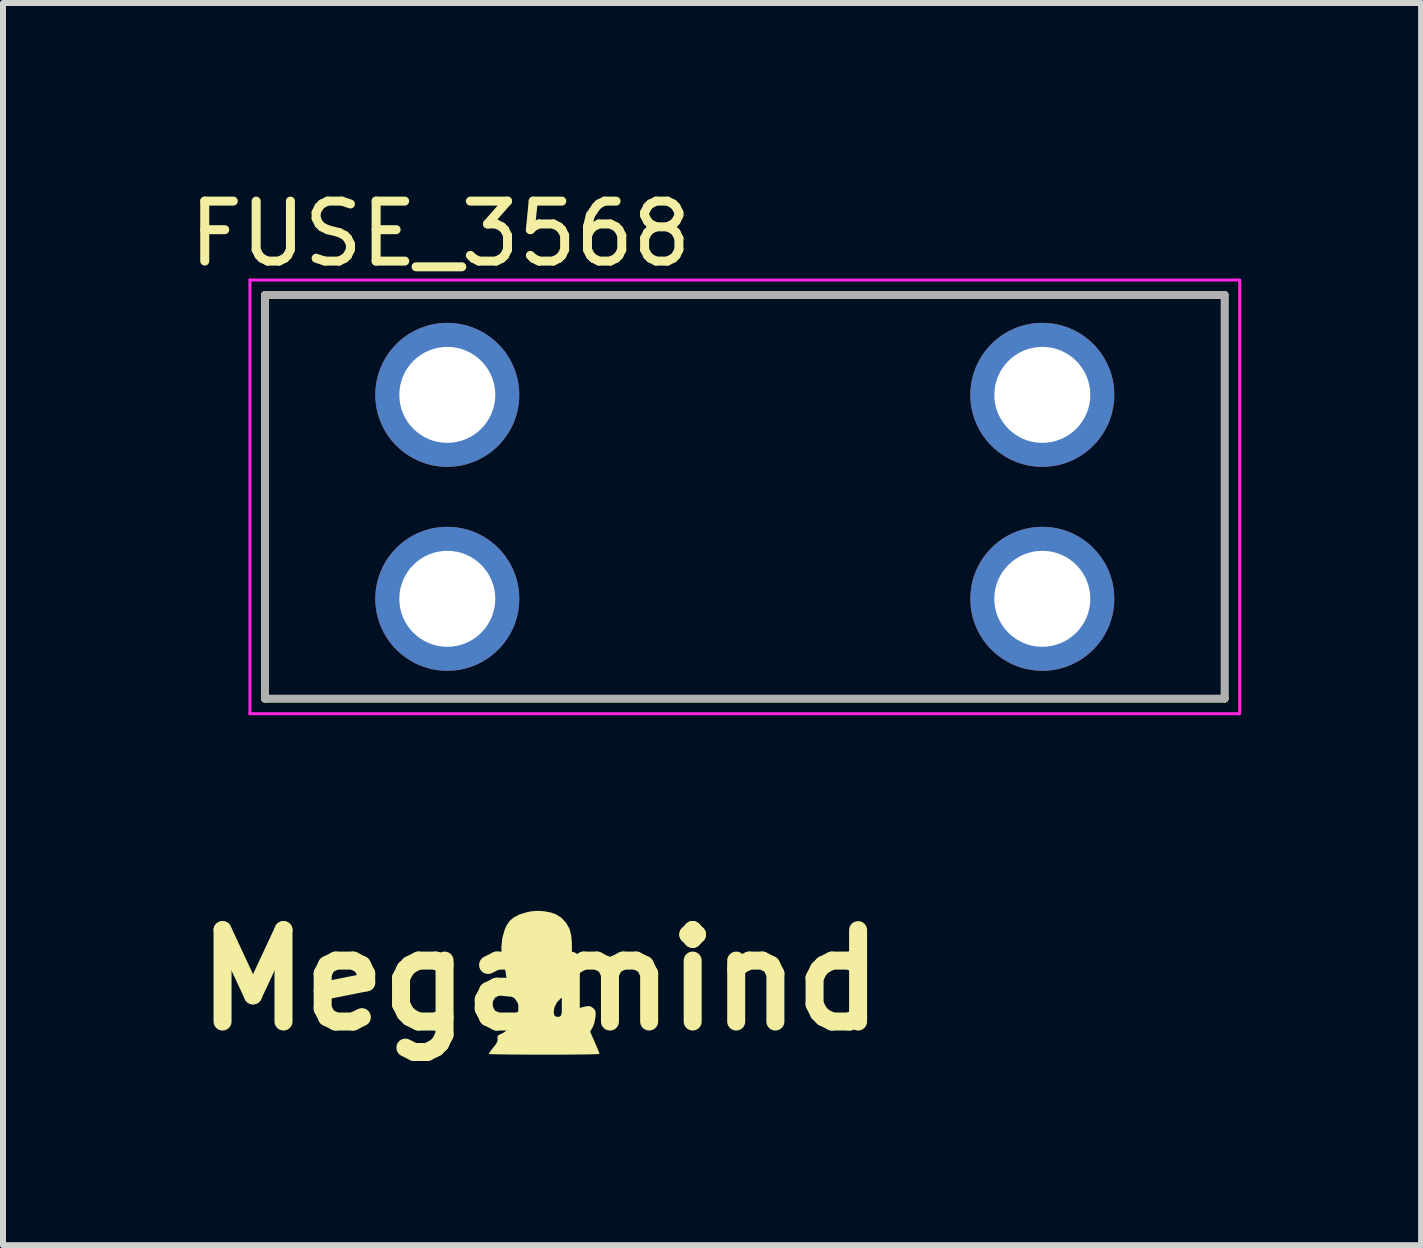
<source format=kicad_pcb>
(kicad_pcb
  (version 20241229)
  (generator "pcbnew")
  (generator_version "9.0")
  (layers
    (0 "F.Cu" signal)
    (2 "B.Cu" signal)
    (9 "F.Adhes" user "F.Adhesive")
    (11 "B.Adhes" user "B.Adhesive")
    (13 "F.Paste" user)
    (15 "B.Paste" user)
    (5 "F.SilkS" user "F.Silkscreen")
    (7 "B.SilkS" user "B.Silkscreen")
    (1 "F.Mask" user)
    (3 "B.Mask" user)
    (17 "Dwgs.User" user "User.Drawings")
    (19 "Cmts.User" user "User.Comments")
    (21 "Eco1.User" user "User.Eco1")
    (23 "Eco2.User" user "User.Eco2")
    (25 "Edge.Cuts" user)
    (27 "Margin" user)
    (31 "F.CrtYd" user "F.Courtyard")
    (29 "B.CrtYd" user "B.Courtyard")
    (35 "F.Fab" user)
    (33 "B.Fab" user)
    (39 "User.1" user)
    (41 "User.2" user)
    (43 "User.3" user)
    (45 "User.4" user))
  (footprint "FUSE_3568"
    (layer "F.Cu")
    (at 9.367 5.233)
    (property "Reference" "FUSE_3568" (at -5.075 -4.385 0) (layer "F.SilkS") (effects (font (size 1 1) (thickness 0.15))))
    (attr through_hole)
    (fp_line (start -8 -3.365) (end 8 -3.365) (stroke (width 0.127) (type solid)) (layer "F.SilkS"))
    (fp_line (start -8 3.365) (end -8 -3.365) (stroke (width 0.127) (type solid)) (layer "F.SilkS"))
    (fp_line (start 8 -3.365) (end 8 3.365) (stroke (width 0.127) (type solid)) (layer "F.SilkS"))
    (fp_line (start 8 3.365) (end -8 3.365) (stroke (width 0.127) (type solid)) (layer "F.SilkS"))
    (fp_line (start -8.25 -3.615) (end 8.25 -3.615) (stroke (width 0.05) (type solid)) (layer "F.CrtYd"))
    (fp_line (start -8.25 3.615) (end -8.25 -3.615) (stroke (width 0.05) (type solid)) (layer "F.CrtYd"))
    (fp_line (start 8.25 -3.615) (end 8.25 3.615) (stroke (width 0.05) (type solid)) (layer "F.CrtYd"))
    (fp_line (start 8.25 3.615) (end -8.25 3.615) (stroke (width 0.05) (type solid)) (layer "F.CrtYd"))
    (fp_line (start -8 -3.365) (end 8 -3.365) (stroke (width 0.127) (type solid)) (layer "F.Fab"))
    (fp_line (start -8 3.365) (end -8 -3.365) (stroke (width 0.127) (type solid)) (layer "F.Fab"))
    (fp_line (start 8 -3.365) (end 8 3.365) (stroke (width 0.127) (type solid)) (layer "F.Fab"))
    (fp_line (start 8 3.365) (end -8 3.365) (stroke (width 0.127) (type solid)) (layer "F.Fab"))
    (pad "1" thru_hole circle (at -4.96 -1.7) (size 2.4 2.4) (drill 1.6) (layers "*.Cu" "*.Mask"))
    (pad "1" thru_hole circle (at -4.96 1.7) (size 2.4 2.4) (drill 1.6) (layers "*.Cu" "*.Mask"))
    (pad "2" thru_hole circle (at 4.96 -1.7) (size 2.4 2.4) (drill 1.6) (layers "*.Cu" "*.Mask"))
    (pad "2" thru_hole circle (at 4.96 1.7) (size 2.4 2.4) (drill 1.6) (layers "*.Cu" "*.Mask")))
  (footprint "Megamind"
    (layer "F.Cu")
    (at 5.958 13.291)
    (property "Reference" "Megamind" (at 0 0 0) (layer "F.SilkS") (effects (font (size 1.524 1.524) (thickness 0.3))))
    (attr board_only exclude_from_pos_files exclude_from_bom)
    (fp_poly (pts (xy 0.068 -1.149) (xy 0.178 -1.127) (xy 0.264 -1.097) (xy 0.351 -1.04) (xy 0.427 -0.96) (xy 0.482 -0.866) (xy 0.493 -0.837) (xy 0.514 -0.749) (xy 0.525 -0.642) (xy 0.527 -0.525) (xy 0.52 -0.409) (xy 0.503 -0.305) (xy 0.488 -0.252) (xy 0.47 -0.196) (xy 0.462 -0.164) (xy 0.464 -0.147) (xy 0.475 -0.14) (xy 0.481 -0.138) (xy 0.502 -0.118) (xy 0.51 -0.077) (xy 0.503 -0.024) (xy 0.484 0.032) (xy 0.475 0.05) (xy 0.454 0.09) (xy 0.449 0.118) (xy 0.458 0.148) (xy 0.466 0.167) (xy 0.493 0.222) (xy 0.425 0.252) (xy 0.339 0.305) (xy 0.274 0.375) (xy 0.234 0.456) (xy 0.223 0.532) (xy 0.232 0.582) (xy 0.252 0.604) (xy 0.292 0.613) (xy 0.328 0.605) (xy 0.349 0.582) (xy 0.35 0.571) (xy 0.358 0.545) (xy 0.378 0.547) (xy 0.395 0.561) (xy 0.409 0.569) (xy 0.414 0.549) (xy 0.414 0.543) (xy 0.417 0.518) (xy 0.431 0.52) (xy 0.437 0.525) (xy 0.473 0.536) (xy 0.512 0.524) (xy 0.542 0.493) (xy 0.563 0.473) (xy 0.58 0.471) (xy 0.607 0.472) (xy 0.652 0.464) (xy 0.686 0.455) (xy 0.759 0.436) (xy 0.811 0.432) (xy 0.85 0.443) (xy 0.884 0.469) (xy 0.887 0.471) (xy 0.909 0.497) (xy 0.92 0.523) (xy 0.923 0.56) (xy 0.92 0.613) (xy 0.899 0.723) (xy 0.871 0.787) (xy 0.831 0.859) (xy 0.909 1.036) (xy 0.939 1.106) (xy 0.964 1.165) (xy 0.981 1.208) (xy 0.987 1.228) (xy 0.987 1.228) (xy 0.972 1.231) (xy 0.927 1.233) (xy 0.855 1.236) (xy 0.758 1.238) (xy 0.639 1.239) (xy 0.5 1.241) (xy 0.343 1.242) (xy 0.171 1.242) (xy 0.064 1.242) (xy -0.105 1.242) (xy -0.263 1.241) (xy -0.409 1.24) (xy -0.539 1.239) (xy -0.651 1.237) (xy -0.741 1.236) (xy -0.808 1.234) (xy -0.849 1.231) (xy -0.86 1.229) (xy -0.851 1.212) (xy -0.826 1.177) (xy -0.791 1.131) (xy -0.783 1.121) (xy -0.742 1.068) (xy -0.72 1.03) (xy -0.712 1) (xy -0.713 0.974) (xy -0.715 0.943) (xy -0.705 0.923) (xy -0.676 0.905) (xy -0.647 0.893) (xy -0.605 0.871) (xy -0.578 0.851) (xy -0.573 0.843) (xy -0.562 0.831) (xy -0.551 0.833) (xy -0.525 0.835) (xy -0.519 0.832) (xy -0.496 0.822) (xy -0.473 0.817) (xy -0.443 0.807) (xy -0.433 0.798) (xy -0.416 0.79) (xy -0.382 0.79) (xy -0.349 0.789) (xy -0.334 0.779) (xy -0.334 0.779) (xy -0.325 0.77) (xy -0.318 0.772) (xy -0.304 0.77) (xy -0.303 0.764) (xy -0.291 0.752) (xy -0.279 0.754) (xy -0.252 0.749) (xy -0.231 0.727) (xy -0.222 0.709) (xy -0.219 0.691) (xy -0.226 0.665) (xy -0.243 0.627) (xy -0.273 0.57) (xy -0.298 0.522) (xy -0.346 0.435) (xy -0.382 0.372) (xy -0.41 0.328) (xy -0.433 0.301) (xy -0.456 0.285) (xy -0.482 0.277) (xy -0.515 0.273) (xy -0.535 0.271) (xy -0.629 0.263) (xy -0.559 0.187) (xy -0.489 0.111) (xy -0.532 0.031) (xy -0.556 -0.019) (xy -0.57 -0.064) (xy -0.572 -0.084) (xy -0.575 -0.116) (xy -0.586 -0.168) (xy -0.603 -0.228) (xy -0.604 -0.231) (xy -0.64 -0.387) (xy -0.65 -0.546) (xy -0.634 -0.702) (xy -0.592 -0.847) (xy -0.565 -0.908) (xy -0.514 -0.985) (xy -0.444 -1.046) (xy -0.353 -1.094) (xy -0.237 -1.13) (xy -0.151 -1.148) (xy -0.046 -1.156)) (stroke (width 0) (type solid)) (fill yes) (layer "F.SilkS")))
  (gr_rect
    (start -3 -3)
    (end 20.642 17.709)
    (stroke (width 0.1) (type default))
    (fill no)
    (layer "Edge.Cuts")))
</source>
